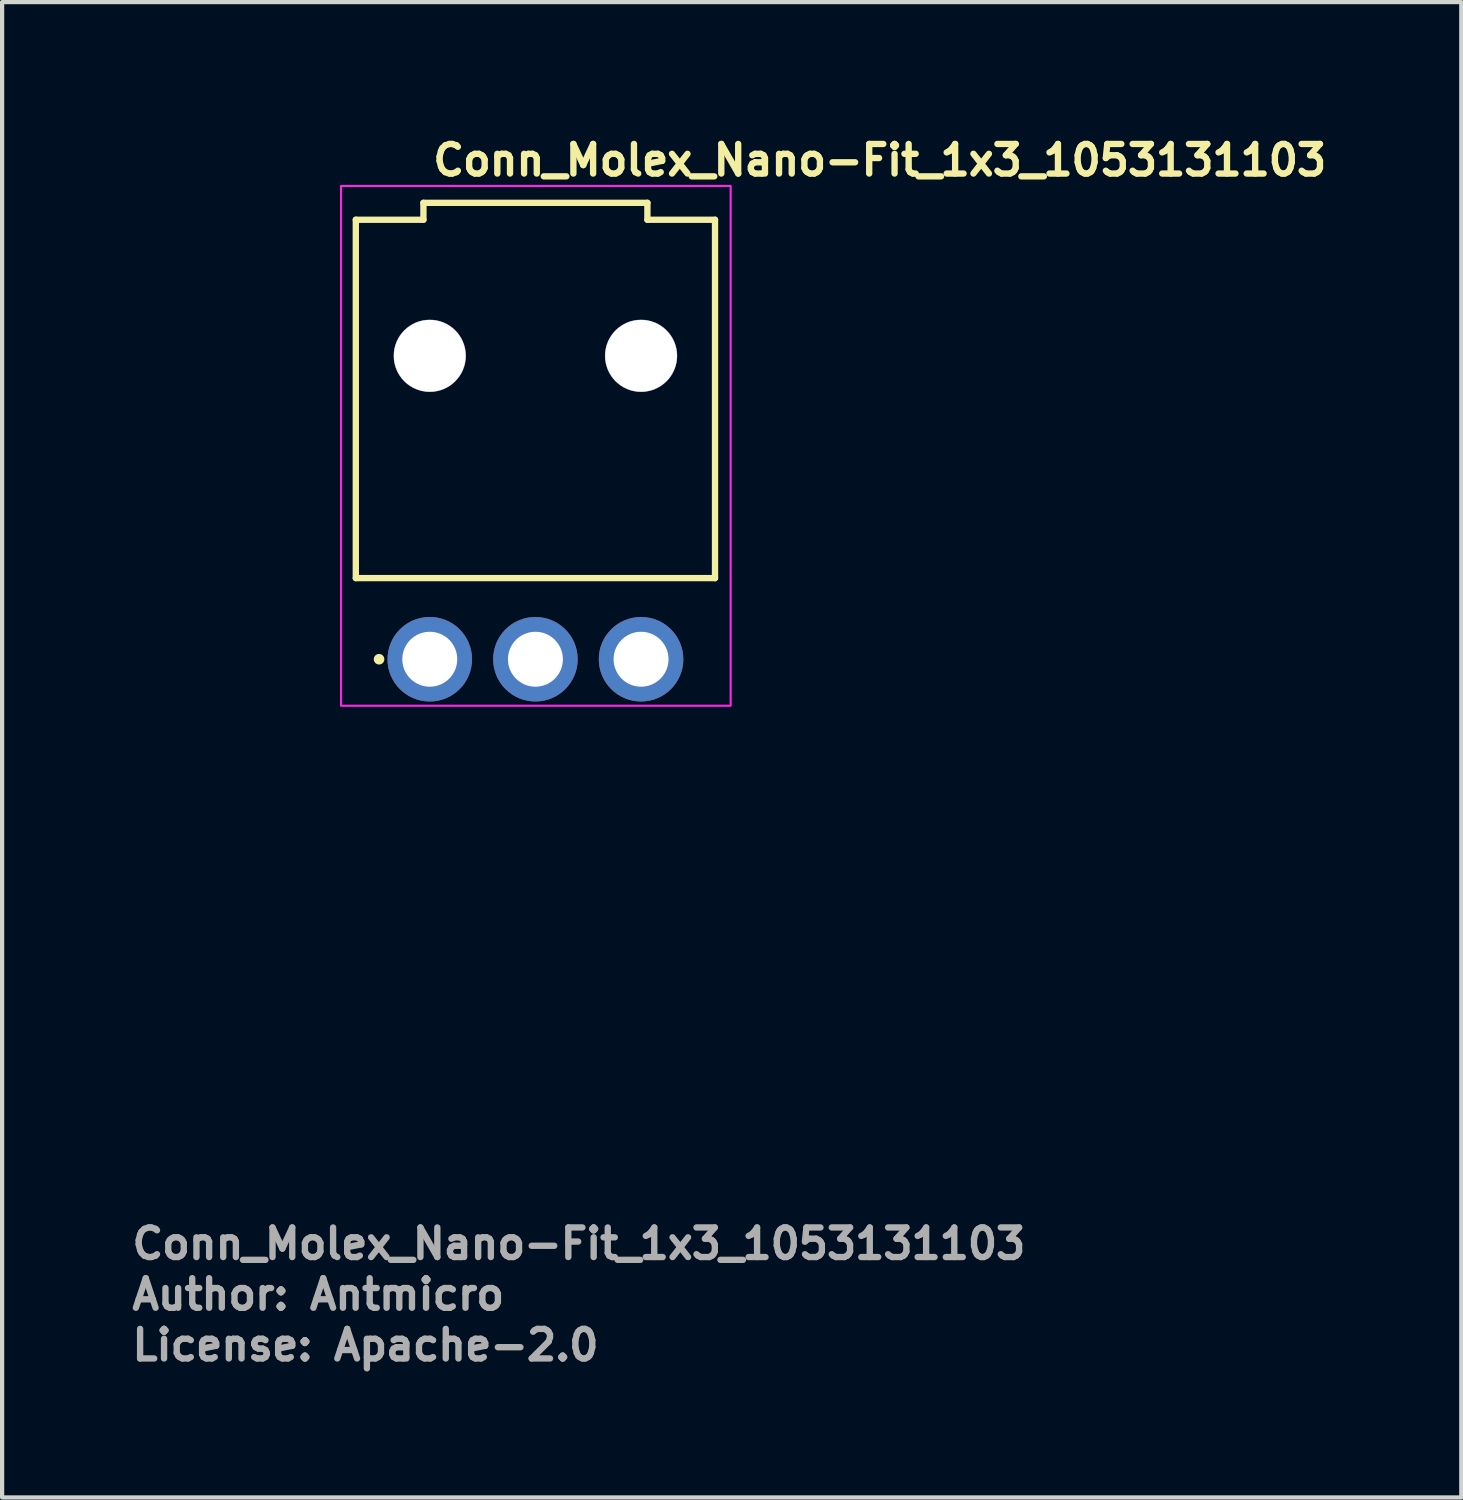
<source format=kicad_pcb>
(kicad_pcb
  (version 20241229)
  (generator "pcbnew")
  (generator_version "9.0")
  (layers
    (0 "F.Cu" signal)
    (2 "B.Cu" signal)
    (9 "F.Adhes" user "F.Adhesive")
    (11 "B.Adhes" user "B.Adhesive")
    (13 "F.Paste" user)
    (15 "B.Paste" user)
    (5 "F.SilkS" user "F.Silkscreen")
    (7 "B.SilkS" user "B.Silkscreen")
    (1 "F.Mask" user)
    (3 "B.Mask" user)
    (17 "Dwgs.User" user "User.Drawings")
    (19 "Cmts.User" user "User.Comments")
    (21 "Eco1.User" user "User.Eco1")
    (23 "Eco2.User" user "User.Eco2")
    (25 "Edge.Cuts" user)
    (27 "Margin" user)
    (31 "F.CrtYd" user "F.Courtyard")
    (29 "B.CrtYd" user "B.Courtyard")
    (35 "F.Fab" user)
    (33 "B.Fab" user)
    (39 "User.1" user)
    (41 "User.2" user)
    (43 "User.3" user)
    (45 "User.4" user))
  (footprint "Conn_Molex_Nano-Fit_1x3_1053131103"
    (layer "F.Cu")
    (at 7.12 12.55)
    (property "Reference" "Conn_Molex_Nano-Fit_1x3_1053131103" (at 0 -11.4 0) (layer "F.SilkS") (effects (font (size 0.7 0.7) (thickness 0.15)) (justify left bottom)))
    (attr through_hole)
    (fp_line (start -1.75 -1.92) (end -1.75 -10.4) (stroke (width 0.15) (type solid)) (layer "F.SilkS"))
    (fp_line (start -0.15 -10.8) (end -0.15 -10.4) (stroke (width 0.15) (type solid)) (layer "F.SilkS"))
    (fp_line (start -0.15 -10.4) (end -1.75 -10.4) (stroke (width 0.15) (type solid)) (layer "F.SilkS"))
    (fp_line (start 5.15 -10.8) (end -0.15 -10.8) (stroke (width 0.15) (type solid)) (layer "F.SilkS"))
    (fp_line (start 5.15 -10.8) (end 5.15 -10.4) (stroke (width 0.15) (type solid)) (layer "F.SilkS"))
    (fp_line (start 6.75 -10.4) (end 5.15 -10.4) (stroke (width 0.15) (type solid)) (layer "F.SilkS"))
    (fp_line (start 6.75 -1.92) (end -1.75 -1.92) (stroke (width 0.15) (type solid)) (layer "F.SilkS"))
    (fp_line (start 6.75 -1.92) (end 6.75 -10.4) (stroke (width 0.15) (type solid)) (layer "F.SilkS"))
    (fp_circle (center -1.2 0) (end -1.25 0) (stroke (width 0.15) (type solid)) (fill yes) (layer "F.SilkS"))
    (fp_rect (start 7.12 1.1) (end -2.1 -11.2) (stroke (width 0.05) (type solid)) (fill no) (layer "F.CrtYd"))
    (fp_rect (start 6.72 0.6) (end -1.719 -11.84) (stroke (width 0.1) (type solid)) (fill no) (layer "User.5"))
    (fp_line (start -1.719 -10.38) (end -1.719 -1.92) (stroke (width 0.02) (type solid)) (layer "User.9"))
    (fp_line (start -1.719 -1.92) (end 6.72 -1.92) (stroke (width 0.02) (type solid)) (layer "User.9"))
    (fp_line (start -0.6 0) (end -0.597 -0.038) (stroke (width 0.02) (type solid)) (layer "User.9"))
    (fp_line (start -0.599 0.03) (end -0.6 0) (stroke (width 0.02) (type solid)) (layer "User.9"))
    (fp_line (start -0.597 -0.038) (end -0.595 -0.076) (stroke (width 0.02) (type solid)) (layer "User.9"))
    (fp_line (start -0.596 0.061) (end -0.599 0.03) (stroke (width 0.02) (type solid)) (layer "User.9"))
    (fp_line (start -0.595 -0.076) (end -0.588 -0.114) (stroke (width 0.02) (type solid)) (layer "User.9"))
    (fp_line (start -0.593 0.091) (end -0.596 0.061) (stroke (width 0.02) (type solid)) (layer "User.9"))
    (fp_line (start -0.588 -0.114) (end -0.58 -0.151) (stroke (width 0.02) (type solid)) (layer "User.9"))
    (fp_line (start -0.587 0.12) (end -0.593 0.091) (stroke (width 0.02) (type solid)) (layer "User.9"))
    (fp_line (start -0.581 0.149) (end -0.587 0.12) (stroke (width 0.02) (type solid)) (layer "User.9"))
    (fp_line (start -0.58 -0.151) (end -0.568 -0.187) (stroke (width 0.02) (type solid)) (layer "User.9"))
    (fp_line (start -0.572 0.178) (end -0.581 0.149) (stroke (width 0.02) (type solid)) (layer "User.9"))
    (fp_line (start -0.568 -0.187) (end -0.556 -0.223) (stroke (width 0.02) (type solid)) (layer "User.9"))
    (fp_line (start -0.563 0.206) (end -0.572 0.178) (stroke (width 0.02) (type solid)) (layer "User.9"))
    (fp_line (start -0.556 -0.223) (end -0.54 -0.257) (stroke (width 0.02) (type solid)) (layer "User.9"))
    (fp_line (start -0.552 0.233) (end -0.563 0.206) (stroke (width 0.02) (type solid)) (layer "User.9"))
    (fp_line (start -0.54 -0.257) (end -0.524 -0.291) (stroke (width 0.02) (type solid)) (layer "User.9"))
    (fp_line (start -0.54 0.26) (end -0.552 0.233) (stroke (width 0.02) (type solid)) (layer "User.9"))
    (fp_line (start -0.527 0.285) (end -0.54 0.26) (stroke (width 0.02) (type solid)) (layer "User.9"))
    (fp_line (start -0.524 -0.291) (end -0.504 -0.323) (stroke (width 0.02) (type solid)) (layer "User.9"))
    (fp_line (start -0.512 0.311) (end -0.527 0.285) (stroke (width 0.02) (type solid)) (layer "User.9"))
    (fp_line (start -0.504 -0.323) (end -0.484 -0.354) (stroke (width 0.02) (type solid)) (layer "User.9"))
    (fp_line (start -0.496 0.335) (end -0.512 0.311) (stroke (width 0.02) (type solid)) (layer "User.9"))
    (fp_line (start -0.484 -0.354) (end -0.459 -0.384) (stroke (width 0.02) (type solid)) (layer "User.9"))
    (fp_line (start -0.48 0.358) (end -0.496 0.335) (stroke (width 0.02) (type solid)) (layer "User.9"))
    (fp_line (start -0.462 0.381) (end -0.48 0.358) (stroke (width 0.02) (type solid)) (layer "User.9"))
    (fp_line (start -0.459 -0.384) (end -0.435 -0.412) (stroke (width 0.02) (type solid)) (layer "User.9"))
    (fp_line (start -0.443 0.403) (end -0.462 0.381) (stroke (width 0.02) (type solid)) (layer "User.9"))
    (fp_line (start -0.435 -0.412) (end -0.407 -0.439) (stroke (width 0.02) (type solid)) (layer "User.9"))
    (fp_line (start -0.423 0.424) (end -0.443 0.403) (stroke (width 0.02) (type solid)) (layer "User.9"))
    (fp_line (start -0.407 -0.439) (end -0.379 -0.464) (stroke (width 0.02) (type solid)) (layer "User.9"))
    (fp_line (start -0.403 0.443) (end -0.423 0.424) (stroke (width 0.02) (type solid)) (layer "User.9"))
    (fp_line (start -0.381 0.462) (end -0.403 0.443) (stroke (width 0.02) (type solid)) (layer "User.9"))
    (fp_line (start -0.379 -0.464) (end -0.349 -0.487) (stroke (width 0.02) (type solid)) (layer "User.9"))
    (fp_line (start -0.358 0.48) (end -0.381 0.462) (stroke (width 0.02) (type solid)) (layer "User.9"))
    (fp_line (start -0.349 -0.487) (end -0.317 -0.509) (stroke (width 0.02) (type solid)) (layer "User.9"))
    (fp_line (start -0.334 0.497) (end -0.358 0.48) (stroke (width 0.02) (type solid)) (layer "User.9"))
    (fp_line (start -0.317 -0.617) (end -0.317 -1.92) (stroke (width 0.02) (type solid)) (layer "User.9"))
    (fp_line (start -0.317 0.043) (end -0.317 -0.617) (stroke (width 0.02) (type solid)) (layer "User.9"))
    (fp_line (start -0.317 0.043) (end -0.317 0.043) (stroke (width 0.02) (type solid)) (layer "User.9"))
    (fp_line (start -0.317 0.113) (end -0.317 0.043) (stroke (width 0.02) (type solid)) (layer "User.9"))
    (fp_line (start -0.317 0.113) (end -0.317 0.113) (stroke (width 0.02) (type solid)) (layer "User.9"))
    (fp_line (start -0.317 0.174) (end -0.317 0.113) (stroke (width 0.02) (type solid)) (layer "User.9"))
    (fp_line (start -0.317 0.174) (end -0.317 0.174) (stroke (width 0.02) (type solid)) (layer "User.9"))
    (fp_line (start -0.317 0.224) (end -0.317 0.174) (stroke (width 0.02) (type solid)) (layer "User.9"))
    (fp_line (start -0.317 0.224) (end -0.317 0.224) (stroke (width 0.02) (type solid)) (layer "User.9"))
    (fp_line (start -0.317 0.265) (end -0.317 0.224) (stroke (width 0.02) (type solid)) (layer "User.9"))
    (fp_line (start -0.317 0.265) (end -0.317 0.265) (stroke (width 0.02) (type solid)) (layer "User.9"))
    (fp_line (start -0.317 0.294) (end -0.317 0.265) (stroke (width 0.02) (type solid)) (layer "User.9"))
    (fp_line (start -0.317 0.294) (end -0.317 0.294) (stroke (width 0.02) (type solid)) (layer "User.9"))
    (fp_line (start -0.317 0.311) (end -0.317 0.294) (stroke (width 0.02) (type solid)) (layer "User.9"))
    (fp_line (start -0.317 0.311) (end -0.317 0.311) (stroke (width 0.02) (type solid)) (layer "User.9"))
    (fp_line (start -0.317 0.317) (end -0.317 0.311) (stroke (width 0.02) (type solid)) (layer "User.9"))
    (fp_line (start -0.31 0.512) (end -0.334 0.497) (stroke (width 0.02) (type solid)) (layer "User.9"))
    (fp_line (start -0.285 0.527) (end -0.31 0.512) (stroke (width 0.02) (type solid)) (layer "User.9"))
    (fp_line (start -0.26 0.54) (end -0.285 0.527) (stroke (width 0.02) (type solid)) (layer "User.9"))
    (fp_line (start -0.233 0.552) (end -0.26 0.54) (stroke (width 0.02) (type solid)) (layer "User.9"))
    (fp_line (start -0.205 0.563) (end -0.233 0.552) (stroke (width 0.02) (type solid)) (layer "User.9"))
    (fp_line (start -0.177 0.572) (end -0.205 0.563) (stroke (width 0.02) (type solid)) (layer "User.9"))
    (fp_line (start -0.149 0.58) (end -0.177 0.572) (stroke (width 0.02) (type solid)) (layer "User.9"))
    (fp_line (start -0.12 0.587) (end -0.149 0.58) (stroke (width 0.02) (type solid)) (layer "User.9"))
    (fp_line (start -0.1 -11.84) (end 0.149 -11.84) (stroke (width 0.02) (type solid)) (layer "User.9"))
    (fp_line (start -0.1 -10.38) (end -1.719 -10.38) (stroke (width 0.02) (type solid)) (layer "User.9"))
    (fp_line (start -0.1 -5.63) (end -0.1 -11.84) (stroke (width 0.02) (type solid)) (layer "User.9"))
    (fp_line (start -0.1 -5.63) (end -0.099 -5.617) (stroke (width 0.02) (type solid)) (layer "User.9"))
    (fp_line (start -0.1 -5.63) (end 0.149 -5.63) (stroke (width 0.02) (type solid)) (layer "User.9"))
    (fp_line (start -0.099 -5.617) (end -0.097 -5.605) (stroke (width 0.02) (type solid)) (layer "User.9"))
    (fp_line (start -0.097 -5.605) (end -0.096 -5.593) (stroke (width 0.02) (type solid)) (layer "User.9"))
    (fp_line (start -0.096 -5.593) (end -0.095 -5.581) (stroke (width 0.02) (type solid)) (layer "User.9"))
    (fp_line (start -0.095 -5.581) (end -0.092 -5.569) (stroke (width 0.02) (type solid)) (layer "User.9"))
    (fp_line (start -0.092 -5.569) (end -0.088 -5.557) (stroke (width 0.02) (type solid)) (layer "User.9"))
    (fp_line (start -0.091 0.592) (end -0.12 0.587) (stroke (width 0.02) (type solid)) (layer "User.9"))
    (fp_line (start -0.088 -5.557) (end -0.084 -5.545) (stroke (width 0.02) (type solid)) (layer "User.9"))
    (fp_line (start -0.084 -5.545) (end -0.08 -5.534) (stroke (width 0.02) (type solid)) (layer "User.9"))
    (fp_line (start -0.08 -5.534) (end -0.076 -5.523) (stroke (width 0.02) (type solid)) (layer "User.9"))
    (fp_line (start -0.076 -5.523) (end -0.069 -5.512) (stroke (width 0.02) (type solid)) (layer "User.9"))
    (fp_line (start -0.069 -5.512) (end -0.064 -5.501) (stroke (width 0.02) (type solid)) (layer "User.9"))
    (fp_line (start -0.064 -5.501) (end -0.056 -5.491) (stroke (width 0.02) (type solid)) (layer "User.9"))
    (fp_line (start -0.06 0.596) (end -0.091 0.592) (stroke (width 0.02) (type solid)) (layer "User.9"))
    (fp_line (start -0.056 -5.491) (end -0.05 -5.481) (stroke (width 0.02) (type solid)) (layer "User.9"))
    (fp_line (start -0.05 -5.481) (end -0.043 -5.471) (stroke (width 0.02) (type solid)) (layer "User.9"))
    (fp_line (start -0.043 -5.471) (end -0.035 -5.462) (stroke (width 0.02) (type solid)) (layer "User.9"))
    (fp_line (start -0.035 -5.462) (end -0.026 -5.453) (stroke (width 0.02) (type solid)) (layer "User.9"))
    (fp_line (start -0.03 0.599) (end -0.06 0.596) (stroke (width 0.02) (type solid)) (layer "User.9"))
    (fp_line (start -0.026 -5.453) (end -0.026 -5.453) (stroke (width 0.02) (type solid)) (layer "User.9"))
    (fp_line (start -0.026 -5.453) (end -0.016 -5.444) (stroke (width 0.02) (type solid)) (layer "User.9"))
    (fp_line (start -0.016 -5.444) (end -0.008 -5.436) (stroke (width 0.02) (type solid)) (layer "User.9"))
    (fp_line (start -0.008 -5.436) (end 0.001 -5.429) (stroke (width 0.02) (type solid)) (layer "User.9"))
    (fp_line (start 0 0.599) (end -0.03 0.599) (stroke (width 0.02) (type solid)) (layer "User.9"))
    (fp_line (start 0 0.599) (end 0 0.599) (stroke (width 0.02) (type solid)) (layer "User.9"))
    (fp_line (start 0.001 -5.429) (end 0.012 -5.422) (stroke (width 0.02) (type solid)) (layer "User.9"))
    (fp_line (start 0.012 -5.422) (end 0.021 -5.415) (stroke (width 0.02) (type solid)) (layer "User.9"))
    (fp_line (start 0.021 -5.415) (end 0.032 -5.409) (stroke (width 0.02) (type solid)) (layer "User.9"))
    (fp_line (start 0.031 0.599) (end 0 0.599) (stroke (width 0.02) (type solid)) (layer "User.9"))
    (fp_line (start 0.032 -5.409) (end 0.044 -5.403) (stroke (width 0.02) (type solid)) (layer "User.9"))
    (fp_line (start 0.044 -5.403) (end 0.055 -5.399) (stroke (width 0.02) (type solid)) (layer "User.9"))
    (fp_line (start 0.055 -5.399) (end 0.065 -5.394) (stroke (width 0.02) (type solid)) (layer "User.9"))
    (fp_line (start 0.061 0.596) (end 0.031 0.599) (stroke (width 0.02) (type solid)) (layer "User.9"))
    (fp_line (start 0.065 -5.394) (end 0.077 -5.39) (stroke (width 0.02) (type solid)) (layer "User.9"))
    (fp_line (start 0.077 -5.39) (end 0.089 -5.387) (stroke (width 0.02) (type solid)) (layer "User.9"))
    (fp_line (start 0.089 -5.387) (end 0.1 -5.384) (stroke (width 0.02) (type solid)) (layer "User.9"))
    (fp_line (start 0.092 0.592) (end 0.061 0.596) (stroke (width 0.02) (type solid)) (layer "User.9"))
    (fp_line (start 0.1 -5.384) (end 0.113 -5.382) (stroke (width 0.02) (type solid)) (layer "User.9"))
    (fp_line (start 0.113 -5.382) (end 0.125 -5.381) (stroke (width 0.02) (type solid)) (layer "User.9"))
    (fp_line (start 0.121 0.587) (end 0.092 0.592) (stroke (width 0.02) (type solid)) (layer "User.9"))
    (fp_line (start 0.125 -5.381) (end 0.137 -5.38) (stroke (width 0.02) (type solid)) (layer "User.9"))
    (fp_line (start 0.137 -5.38) (end 0.149 -5.38) (stroke (width 0.02) (type solid)) (layer "User.9"))
    (fp_line (start 0.149 0.58) (end 0.121 0.587) (stroke (width 0.02) (type solid)) (layer "User.9"))
    (fp_line (start 0.178 0.572) (end 0.149 0.58) (stroke (width 0.02) (type solid)) (layer "User.9"))
    (fp_line (start 0.206 0.563) (end 0.178 0.572) (stroke (width 0.02) (type solid)) (layer "User.9"))
    (fp_line (start 0.233 0.552) (end 0.206 0.563) (stroke (width 0.02) (type solid)) (layer "User.9"))
    (fp_line (start 0.261 0.54) (end 0.233 0.552) (stroke (width 0.02) (type solid)) (layer "User.9"))
    (fp_line (start 0.286 0.527) (end 0.261 0.54) (stroke (width 0.02) (type solid)) (layer "User.9"))
    (fp_line (start 0.311 0.512) (end 0.286 0.527) (stroke (width 0.02) (type solid)) (layer "User.9"))
    (fp_line (start 0.318 -0.617) (end 0.318 -1.92) (stroke (width 0.02) (type solid)) (layer "User.9"))
    (fp_line (start 0.318 -0.509) (end 0.334 -0.498) (stroke (width 0.02) (type solid)) (layer "User.9"))
    (fp_line (start 0.318 0.043) (end 0.318 -0.617) (stroke (width 0.02) (type solid)) (layer "User.9"))
    (fp_line (start 0.318 0.043) (end 0.318 0.043) (stroke (width 0.02) (type solid)) (layer "User.9"))
    (fp_line (start 0.318 0.113) (end 0.318 0.043) (stroke (width 0.02) (type solid)) (layer "User.9"))
    (fp_line (start 0.318 0.113) (end 0.318 0.113) (stroke (width 0.02) (type solid)) (layer "User.9"))
    (fp_line (start 0.318 0.174) (end 0.318 0.113) (stroke (width 0.02) (type solid)) (layer "User.9"))
    (fp_line (start 0.318 0.174) (end 0.318 0.174) (stroke (width 0.02) (type solid)) (layer "User.9"))
    (fp_line (start 0.318 0.224) (end 0.318 0.174) (stroke (width 0.02) (type solid)) (layer "User.9"))
    (fp_line (start 0.318 0.224) (end 0.318 0.224) (stroke (width 0.02) (type solid)) (layer "User.9"))
    (fp_line (start 0.318 0.265) (end 0.318 0.224) (stroke (width 0.02) (type solid)) (layer "User.9"))
    (fp_line (start 0.318 0.265) (end 0.318 0.265) (stroke (width 0.02) (type solid)) (layer "User.9"))
    (fp_line (start 0.318 0.294) (end 0.318 0.265) (stroke (width 0.02) (type solid)) (layer "User.9"))
    (fp_line (start 0.318 0.294) (end 0.318 0.294) (stroke (width 0.02) (type solid)) (layer "User.9"))
    (fp_line (start 0.318 0.311) (end 0.318 0.294) (stroke (width 0.02) (type solid)) (layer "User.9"))
    (fp_line (start 0.318 0.311) (end 0.318 0.311) (stroke (width 0.02) (type solid)) (layer "User.9"))
    (fp_line (start 0.318 0.317) (end -0.317 0.317) (stroke (width 0.02) (type solid)) (layer "User.9"))
    (fp_line (start 0.318 0.317) (end 0.318 0.311) (stroke (width 0.02) (type solid)) (layer "User.9"))
    (fp_line (start 0.334 -0.498) (end 0.35 -0.487) (stroke (width 0.02) (type solid)) (layer "User.9"))
    (fp_line (start 0.335 0.497) (end 0.311 0.512) (stroke (width 0.02) (type solid)) (layer "User.9"))
    (fp_line (start 0.35 -0.487) (end 0.366 -0.476) (stroke (width 0.02) (type solid)) (layer "User.9"))
    (fp_line (start 0.359 0.48) (end 0.335 0.497) (stroke (width 0.02) (type solid)) (layer "User.9"))
    (fp_line (start 0.366 -0.476) (end 0.38 -0.464) (stroke (width 0.02) (type solid)) (layer "User.9"))
    (fp_line (start 0.38 -0.464) (end 0.395 -0.451) (stroke (width 0.02) (type solid)) (layer "User.9"))
    (fp_line (start 0.382 0.462) (end 0.359 0.48) (stroke (width 0.02) (type solid)) (layer "User.9"))
    (fp_line (start 0.395 -0.451) (end 0.408 -0.439) (stroke (width 0.02) (type solid)) (layer "User.9"))
    (fp_line (start 0.403 0.443) (end 0.382 0.462) (stroke (width 0.02) (type solid)) (layer "User.9"))
    (fp_line (start 0.408 -0.439) (end 0.435 -0.412) (stroke (width 0.02) (type solid)) (layer "User.9"))
    (fp_line (start 0.424 0.424) (end 0.403 0.443) (stroke (width 0.02) (type solid)) (layer "User.9"))
    (fp_line (start 0.435 -0.412) (end 0.46 -0.384) (stroke (width 0.02) (type solid)) (layer "User.9"))
    (fp_line (start 0.444 0.403) (end 0.424 0.424) (stroke (width 0.02) (type solid)) (layer "User.9"))
    (fp_line (start 0.46 -0.384) (end 0.484 -0.354) (stroke (width 0.02) (type solid)) (layer "User.9"))
    (fp_line (start 0.463 0.381) (end 0.444 0.403) (stroke (width 0.02) (type solid)) (layer "User.9"))
    (fp_line (start 0.48 0.358) (end 0.463 0.381) (stroke (width 0.02) (type solid)) (layer "User.9"))
    (fp_line (start 0.484 -0.354) (end 0.506 -0.323) (stroke (width 0.02) (type solid)) (layer "User.9"))
    (fp_line (start 0.497 0.335) (end 0.48 0.358) (stroke (width 0.02) (type solid)) (layer "User.9"))
    (fp_line (start 0.506 -0.323) (end 0.524 -0.291) (stroke (width 0.02) (type solid)) (layer "User.9"))
    (fp_line (start 0.514 0.311) (end 0.497 0.335) (stroke (width 0.02) (type solid)) (layer "User.9"))
    (fp_line (start 0.524 -0.291) (end 0.542 -0.257) (stroke (width 0.02) (type solid)) (layer "User.9"))
    (fp_line (start 0.528 0.285) (end 0.514 0.311) (stroke (width 0.02) (type solid)) (layer "User.9"))
    (fp_line (start 0.54 0.26) (end 0.528 0.285) (stroke (width 0.02) (type solid)) (layer "User.9"))
    (fp_line (start 0.542 -0.257) (end 0.556 -0.223) (stroke (width 0.02) (type solid)) (layer "User.9"))
    (fp_line (start 0.552 0.233) (end 0.54 0.26) (stroke (width 0.02) (type solid)) (layer "User.9"))
    (fp_line (start 0.556 -0.223) (end 0.57 -0.187) (stroke (width 0.02) (type solid)) (layer "User.9"))
    (fp_line (start 0.564 0.206) (end 0.552 0.233) (stroke (width 0.02) (type solid)) (layer "User.9"))
    (fp_line (start 0.57 -0.187) (end 0.581 -0.151) (stroke (width 0.02) (type solid)) (layer "User.9"))
    (fp_line (start 0.572 0.178) (end 0.564 0.206) (stroke (width 0.02) (type solid)) (layer "User.9"))
    (fp_line (start 0.581 -0.151) (end 0.589 -0.114) (stroke (width 0.02) (type solid)) (layer "User.9"))
    (fp_line (start 0.581 0.149) (end 0.572 0.178) (stroke (width 0.02) (type solid)) (layer "User.9"))
    (fp_line (start 0.587 0.12) (end 0.581 0.149) (stroke (width 0.02) (type solid)) (layer "User.9"))
    (fp_line (start 0.589 -0.114) (end 0.593 -0.095) (stroke (width 0.02) (type solid)) (layer "User.9"))
    (fp_line (start 0.593 -0.095) (end 0.595 -0.076) (stroke (width 0.02) (type solid)) (layer "User.9"))
    (fp_line (start 0.593 0.091) (end 0.587 0.12) (stroke (width 0.02) (type solid)) (layer "User.9"))
    (fp_line (start 0.595 -0.076) (end 0.597 -0.057) (stroke (width 0.02) (type solid)) (layer "User.9"))
    (fp_line (start 0.597 -0.057) (end 0.599 -0.038) (stroke (width 0.02) (type solid)) (layer "User.9"))
    (fp_line (start 0.597 0.061) (end 0.593 0.091) (stroke (width 0.02) (type solid)) (layer "User.9"))
    (fp_line (start 0.599 -0.038) (end 0.599 -0.019) (stroke (width 0.02) (type solid)) (layer "User.9"))
    (fp_line (start 0.599 -0.019) (end 0.601 0) (stroke (width 0.02) (type solid)) (layer "User.9"))
    (fp_line (start 0.599 0.03) (end 0.597 0.061) (stroke (width 0.02) (type solid)) (layer "User.9"))
    (fp_line (start 0.601 0) (end 0.599 0.03) (stroke (width 0.02) (type solid)) (layer "User.9"))
    (fp_line (start 1.349 -5.84) (end 3.65 -5.84) (stroke (width 0.02) (type solid)) (layer "User.9"))
    (fp_line (start 1.349 -5.63) (end 1.349 -10.24) (stroke (width 0.02) (type solid)) (layer "User.9"))
    (fp_line (start 1.349 -5.38) (end 0.149 -5.38) (stroke (width 0.02) (type solid)) (layer "User.9"))
    (fp_line (start 1.349 -5.38) (end 1.349 -5.63) (stroke (width 0.02) (type solid)) (layer "User.9"))
    (fp_line (start 1.349 -5.38) (end 3.65 -5.38) (stroke (width 0.02) (type solid)) (layer "User.9"))
    (fp_line (start 1.351 -10.269) (end 1.351 -10.254) (stroke (width 0.02) (type solid)) (layer "User.9"))
    (fp_line (start 1.351 -10.254) (end 1.349 -10.24) (stroke (width 0.02) (type solid)) (layer "User.9"))
    (fp_line (start 1.353 -10.284) (end 1.351 -10.269) (stroke (width 0.02) (type solid)) (layer "User.9"))
    (fp_line (start 1.355 -10.298) (end 1.353 -10.284) (stroke (width 0.02) (type solid)) (layer "User.9"))
    (fp_line (start 1.359 -10.313) (end 1.355 -10.298) (stroke (width 0.02) (type solid)) (layer "User.9"))
    (fp_line (start 1.363 -10.327) (end 1.359 -10.313) (stroke (width 0.02) (type solid)) (layer "User.9"))
    (fp_line (start 1.367 -10.341) (end 1.363 -10.327) (stroke (width 0.02) (type solid)) (layer "User.9"))
    (fp_line (start 1.373 -10.354) (end 1.367 -10.341) (stroke (width 0.02) (type solid)) (layer "User.9"))
    (fp_line (start 1.379 -10.368) (end 1.373 -10.354) (stroke (width 0.02) (type solid)) (layer "User.9"))
    (fp_line (start 1.385 -10.381) (end 1.379 -10.368) (stroke (width 0.02) (type solid)) (layer "User.9"))
    (fp_line (start 1.393 -10.394) (end 1.385 -10.381) (stroke (width 0.02) (type solid)) (layer "User.9"))
    (fp_line (start 1.401 -10.406) (end 1.393 -10.394) (stroke (width 0.02) (type solid)) (layer "User.9"))
    (fp_line (start 1.409 -10.418) (end 1.401 -10.406) (stroke (width 0.02) (type solid)) (layer "User.9"))
    (fp_line (start 1.418 -10.43) (end 1.409 -10.418) (stroke (width 0.02) (type solid)) (layer "User.9"))
    (fp_line (start 1.428 -10.441) (end 1.418 -10.43) (stroke (width 0.02) (type solid)) (layer "User.9"))
    (fp_line (start 1.438 -10.452) (end 1.428 -10.441) (stroke (width 0.02) (type solid)) (layer "User.9"))
    (fp_line (start 1.438 -10.452) (end 1.438 -10.452) (stroke (width 0.02) (type solid)) (layer "User.9"))
    (fp_line (start 1.449 -10.462) (end 1.438 -10.452) (stroke (width 0.02) (type solid)) (layer "User.9"))
    (fp_line (start 1.46 -10.472) (end 1.449 -10.462) (stroke (width 0.02) (type solid)) (layer "User.9"))
    (fp_line (start 1.472 -10.481) (end 1.46 -10.472) (stroke (width 0.02) (type solid)) (layer "User.9"))
    (fp_line (start 1.484 -10.489) (end 1.472 -10.481) (stroke (width 0.02) (type solid)) (layer "User.9"))
    (fp_line (start 1.496 -10.497) (end 1.484 -10.489) (stroke (width 0.02) (type solid)) (layer "User.9"))
    (fp_line (start 1.508 -10.504) (end 1.496 -10.497) (stroke (width 0.02) (type solid)) (layer "User.9"))
    (fp_line (start 1.522 -10.511) (end 1.508 -10.504) (stroke (width 0.02) (type solid)) (layer "User.9"))
    (fp_line (start 1.536 -10.517) (end 1.522 -10.511) (stroke (width 0.02) (type solid)) (layer "User.9"))
    (fp_line (start 1.549 -10.522) (end 1.536 -10.517) (stroke (width 0.02) (type solid)) (layer "User.9"))
    (fp_line (start 1.563 -10.527) (end 1.549 -10.522) (stroke (width 0.02) (type solid)) (layer "User.9"))
    (fp_line (start 1.577 -10.53) (end 1.563 -10.527) (stroke (width 0.02) (type solid)) (layer "User.9"))
    (fp_line (start 1.592 -10.534) (end 1.577 -10.53) (stroke (width 0.02) (type solid)) (layer "User.9"))
    (fp_line (start 1.605 -10.536) (end 1.592 -10.534) (stroke (width 0.02) (type solid)) (layer "User.9"))
    (fp_line (start 1.621 -10.538) (end 1.605 -10.536) (stroke (width 0.02) (type solid)) (layer "User.9"))
    (fp_line (start 1.636 -10.539) (end 1.621 -10.538) (stroke (width 0.02) (type solid)) (layer "User.9"))
    (fp_line (start 1.649 -10.539) (end 1.636 -10.539) (stroke (width 0.02) (type solid)) (layer "User.9"))
    (fp_line (start 1.899 0) (end 1.902 -0.038) (stroke (width 0.02) (type solid)) (layer "User.9"))
    (fp_line (start 1.901 0.02) (end 1.899 0) (stroke (width 0.02) (type solid)) (layer "User.9"))
    (fp_line (start 1.902 -0.038) (end 1.905 -0.076) (stroke (width 0.02) (type solid)) (layer "User.9"))
    (fp_line (start 1.902 0.039) (end 1.901 0.02) (stroke (width 0.02) (type solid)) (layer "User.9"))
    (fp_line (start 1.903 0.059) (end 1.902 0.039) (stroke (width 0.02) (type solid)) (layer "User.9"))
    (fp_line (start 1.905 -0.076) (end 1.911 -0.114) (stroke (width 0.02) (type solid)) (layer "User.9"))
    (fp_line (start 1.906 0.079) (end 1.903 0.059) (stroke (width 0.02) (type solid)) (layer "User.9"))
    (fp_line (start 1.909 0.099) (end 1.906 0.079) (stroke (width 0.02) (type solid)) (layer "User.9"))
    (fp_line (start 1.911 -0.114) (end 1.92 -0.151) (stroke (width 0.02) (type solid)) (layer "User.9"))
    (fp_line (start 1.911 0.118) (end 1.909 0.099) (stroke (width 0.02) (type solid)) (layer "User.9"))
    (fp_line (start 1.915 0.137) (end 1.911 0.118) (stroke (width 0.02) (type solid)) (layer "User.9"))
    (fp_line (start 1.92 -0.151) (end 1.931 -0.187) (stroke (width 0.02) (type solid)) (layer "User.9"))
    (fp_line (start 1.921 0.156) (end 1.915 0.137) (stroke (width 0.02) (type solid)) (layer "User.9"))
    (fp_line (start 1.927 0.175) (end 1.921 0.156) (stroke (width 0.02) (type solid)) (layer "User.9"))
    (fp_line (start 1.931 -0.187) (end 1.944 -0.223) (stroke (width 0.02) (type solid)) (layer "User.9"))
    (fp_line (start 1.932 0.193) (end 1.927 0.175) (stroke (width 0.02) (type solid)) (layer "User.9"))
    (fp_line (start 1.939 0.212) (end 1.932 0.193) (stroke (width 0.02) (type solid)) (layer "User.9"))
    (fp_line (start 1.944 -0.223) (end 1.959 -0.257) (stroke (width 0.02) (type solid)) (layer "User.9"))
    (fp_line (start 1.946 0.23) (end 1.939 0.212) (stroke (width 0.02) (type solid)) (layer "User.9"))
    (fp_line (start 1.954 0.248) (end 1.946 0.23) (stroke (width 0.02) (type solid)) (layer "User.9"))
    (fp_line (start 1.959 -0.257) (end 1.976 -0.291) (stroke (width 0.02) (type solid)) (layer "User.9"))
    (fp_line (start 1.963 0.265) (end 1.954 0.248) (stroke (width 0.02) (type solid)) (layer "User.9"))
    (fp_line (start 1.971 0.283) (end 1.963 0.265) (stroke (width 0.02) (type solid)) (layer "User.9"))
    (fp_line (start 1.976 -0.291) (end 1.995 -0.323) (stroke (width 0.02) (type solid)) (layer "User.9"))
    (fp_line (start 1.98 0.3) (end 1.971 0.283) (stroke (width 0.02) (type solid)) (layer "User.9"))
    (fp_line (start 1.991 0.316) (end 1.98 0.3) (stroke (width 0.02) (type solid)) (layer "User.9"))
    (fp_line (start 1.995 -0.323) (end 2.016 -0.354) (stroke (width 0.02) (type solid)) (layer "User.9"))
    (fp_line (start 2 0.332) (end 1.991 0.316) (stroke (width 0.02) (type solid)) (layer "User.9"))
    (fp_line (start 2.012 0.348) (end 2 0.332) (stroke (width 0.02) (type solid)) (layer "User.9"))
    (fp_line (start 2.016 -0.354) (end 2.04 -0.384) (stroke (width 0.02) (type solid)) (layer "User.9"))
    (fp_line (start 2.024 0.364) (end 2.012 0.348) (stroke (width 0.02) (type solid)) (layer "User.9"))
    (fp_line (start 2.036 0.379) (end 2.024 0.364) (stroke (width 0.02) (type solid)) (layer "User.9"))
    (fp_line (start 2.04 -0.384) (end 2.065 -0.412) (stroke (width 0.02) (type solid)) (layer "User.9"))
    (fp_line (start 2.049 0.394) (end 2.036 0.379) (stroke (width 0.02) (type solid)) (layer "User.9"))
    (fp_line (start 2.062 0.409) (end 2.049 0.394) (stroke (width 0.02) (type solid)) (layer "User.9"))
    (fp_line (start 2.065 -0.412) (end 2.092 -0.439) (stroke (width 0.02) (type solid)) (layer "User.9"))
    (fp_line (start 2.075 0.423) (end 2.062 0.409) (stroke (width 0.02) (type solid)) (layer "User.9"))
    (fp_line (start 2.089 0.437) (end 2.075 0.423) (stroke (width 0.02) (type solid)) (layer "User.9"))
    (fp_line (start 2.092 -0.439) (end 2.12 -0.464) (stroke (width 0.02) (type solid)) (layer "User.9"))
    (fp_line (start 2.104 0.45) (end 2.089 0.437) (stroke (width 0.02) (type solid)) (layer "User.9"))
    (fp_line (start 2.118 0.463) (end 2.104 0.45) (stroke (width 0.02) (type solid)) (layer "User.9"))
    (fp_line (start 2.12 -0.464) (end 2.15 -0.487) (stroke (width 0.02) (type solid)) (layer "User.9"))
    (fp_line (start 2.134 0.475) (end 2.118 0.463) (stroke (width 0.02) (type solid)) (layer "User.9"))
    (fp_line (start 2.15 -0.487) (end 2.183 -0.509) (stroke (width 0.02) (type solid)) (layer "User.9"))
    (fp_line (start 2.15 0.487) (end 2.134 0.475) (stroke (width 0.02) (type solid)) (layer "User.9"))
    (fp_line (start 2.166 0.498) (end 2.15 0.487) (stroke (width 0.02) (type solid)) (layer "User.9"))
    (fp_line (start 2.183 -0.617) (end 2.183 -1.92) (stroke (width 0.02) (type solid)) (layer "User.9"))
    (fp_line (start 2.183 0.043) (end 2.183 -0.617) (stroke (width 0.02) (type solid)) (layer "User.9"))
    (fp_line (start 2.183 0.043) (end 2.183 0.043) (stroke (width 0.02) (type solid)) (layer "User.9"))
    (fp_line (start 2.183 0.113) (end 2.183 0.043) (stroke (width 0.02) (type solid)) (layer "User.9"))
    (fp_line (start 2.183 0.113) (end 2.183 0.113) (stroke (width 0.02) (type solid)) (layer "User.9"))
    (fp_line (start 2.183 0.174) (end 2.183 0.113) (stroke (width 0.02) (type solid)) (layer "User.9"))
    (fp_line (start 2.183 0.174) (end 2.183 0.174) (stroke (width 0.02) (type solid)) (layer "User.9"))
    (fp_line (start 2.183 0.224) (end 2.183 0.174) (stroke (width 0.02) (type solid)) (layer "User.9"))
    (fp_line (start 2.183 0.224) (end 2.183 0.224) (stroke (width 0.02) (type solid)) (layer "User.9"))
    (fp_line (start 2.183 0.265) (end 2.183 0.224) (stroke (width 0.02) (type solid)) (layer "User.9"))
    (fp_line (start 2.183 0.265) (end 2.183 0.265) (stroke (width 0.02) (type solid)) (layer "User.9"))
    (fp_line (start 2.183 0.294) (end 2.183 0.265) (stroke (width 0.02) (type solid)) (layer "User.9"))
    (fp_line (start 2.183 0.294) (end 2.183 0.294) (stroke (width 0.02) (type solid)) (layer "User.9"))
    (fp_line (start 2.183 0.311) (end 2.183 0.294) (stroke (width 0.02) (type solid)) (layer "User.9"))
    (fp_line (start 2.183 0.311) (end 2.183 0.311) (stroke (width 0.02) (type solid)) (layer "User.9"))
    (fp_line (start 2.183 0.317) (end 2.183 0.311) (stroke (width 0.02) (type solid)) (layer "User.9"))
    (fp_line (start 2.183 0.509) (end 2.166 0.498) (stroke (width 0.02) (type solid)) (layer "User.9"))
    (fp_line (start 2.2 0.519) (end 2.183 0.509) (stroke (width 0.02) (type solid)) (layer "User.9"))
    (fp_line (start 2.2 0.519) (end 2.2 0.519) (stroke (width 0.02) (type solid)) (layer "User.9"))
    (fp_line (start 2.235 0.538) (end 2.2 0.519) (stroke (width 0.02) (type solid)) (layer "User.9"))
    (fp_line (start 2.271 0.554) (end 2.235 0.538) (stroke (width 0.02) (type solid)) (layer "User.9"))
    (fp_line (start 2.309 0.568) (end 2.271 0.554) (stroke (width 0.02) (type solid)) (layer "User.9"))
    (fp_line (start 2.346 0.579) (end 2.309 0.568) (stroke (width 0.02) (type solid)) (layer "User.9"))
    (fp_line (start 2.384 0.588) (end 2.346 0.579) (stroke (width 0.02) (type solid)) (layer "User.9"))
    (fp_line (start 2.423 0.594) (end 2.384 0.588) (stroke (width 0.02) (type solid)) (layer "User.9"))
    (fp_line (start 2.462 0.598) (end 2.423 0.594) (stroke (width 0.02) (type solid)) (layer "User.9"))
    (fp_line (start 2.5 0.6) (end 2.462 0.598) (stroke (width 0.02) (type solid)) (layer "User.9"))
    (fp_line (start 2.537 0.598) (end 2.5 0.6) (stroke (width 0.02) (type solid)) (layer "User.9"))
    (fp_line (start 2.577 0.594) (end 2.537 0.598) (stroke (width 0.02) (type solid)) (layer "User.9"))
    (fp_line (start 2.615 0.588) (end 2.577 0.594) (stroke (width 0.02) (type solid)) (layer "User.9"))
    (fp_line (start 2.654 0.579) (end 2.615 0.588) (stroke (width 0.02) (type solid)) (layer "User.9"))
    (fp_line (start 2.691 0.568) (end 2.654 0.579) (stroke (width 0.02) (type solid)) (layer "User.9"))
    (fp_line (start 2.728 0.554) (end 2.691 0.568) (stroke (width 0.02) (type solid)) (layer "User.9"))
    (fp_line (start 2.764 0.538) (end 2.728 0.554) (stroke (width 0.02) (type solid)) (layer "User.9"))
    (fp_line (start 2.799 0.519) (end 2.764 0.538) (stroke (width 0.02) (type solid)) (layer "User.9"))
    (fp_line (start 2.799 0.519) (end 2.799 0.519) (stroke (width 0.02) (type solid)) (layer "User.9"))
    (fp_line (start 2.817 -0.617) (end 2.817 -1.92) (stroke (width 0.02) (type solid)) (layer "User.9"))
    (fp_line (start 2.817 -0.509) (end 2.833 -0.498) (stroke (width 0.02) (type solid)) (layer "User.9"))
    (fp_line (start 2.817 0.043) (end 2.817 -0.617) (stroke (width 0.02) (type solid)) (layer "User.9"))
    (fp_line (start 2.817 0.043) (end 2.817 0.043) (stroke (width 0.02) (type solid)) (layer "User.9"))
    (fp_line (start 2.817 0.113) (end 2.817 0.043) (stroke (width 0.02) (type solid)) (layer "User.9"))
    (fp_line (start 2.817 0.113) (end 2.817 0.113) (stroke (width 0.02) (type solid)) (layer "User.9"))
    (fp_line (start 2.817 0.174) (end 2.817 0.113) (stroke (width 0.02) (type solid)) (layer "User.9"))
    (fp_line (start 2.817 0.174) (end 2.817 0.174) (stroke (width 0.02) (type solid)) (layer "User.9"))
    (fp_line (start 2.817 0.224) (end 2.817 0.174) (stroke (width 0.02) (type solid)) (layer "User.9"))
    (fp_line (start 2.817 0.224) (end 2.817 0.224) (stroke (width 0.02) (type solid)) (layer "User.9"))
    (fp_line (start 2.817 0.265) (end 2.817 0.224) (stroke (width 0.02) (type solid)) (layer "User.9"))
    (fp_line (start 2.817 0.265) (end 2.817 0.265) (stroke (width 0.02) (type solid)) (layer "User.9"))
    (fp_line (start 2.817 0.294) (end 2.817 0.265) (stroke (width 0.02) (type solid)) (layer "User.9"))
    (fp_line (start 2.817 0.294) (end 2.817 0.294) (stroke (width 0.02) (type solid)) (layer "User.9"))
    (fp_line (start 2.817 0.311) (end 2.817 0.294) (stroke (width 0.02) (type solid)) (layer "User.9"))
    (fp_line (start 2.817 0.311) (end 2.817 0.311) (stroke (width 0.02) (type solid)) (layer "User.9"))
    (fp_line (start 2.817 0.317) (end 2.183 0.317) (stroke (width 0.02) (type solid)) (layer "User.9"))
    (fp_line (start 2.817 0.317) (end 2.817 0.311) (stroke (width 0.02) (type solid)) (layer "User.9"))
    (fp_line (start 2.833 -0.498) (end 2.849 -0.487) (stroke (width 0.02) (type solid)) (layer "User.9"))
    (fp_line (start 2.833 0.498) (end 2.799 0.519) (stroke (width 0.02) (type solid)) (layer "User.9"))
    (fp_line (start 2.849 -0.487) (end 2.865 -0.476) (stroke (width 0.02) (type solid)) (layer "User.9"))
    (fp_line (start 2.865 -0.476) (end 2.88 -0.464) (stroke (width 0.02) (type solid)) (layer "User.9"))
    (fp_line (start 2.866 0.475) (end 2.833 0.498) (stroke (width 0.02) (type solid)) (layer "User.9"))
    (fp_line (start 2.88 -0.464) (end 2.894 -0.451) (stroke (width 0.02) (type solid)) (layer "User.9"))
    (fp_line (start 2.894 -0.451) (end 2.908 -0.439) (stroke (width 0.02) (type solid)) (layer "User.9"))
    (fp_line (start 2.896 0.45) (end 2.866 0.475) (stroke (width 0.02) (type solid)) (layer "User.9"))
    (fp_line (start 2.908 -0.439) (end 2.935 -0.412) (stroke (width 0.02) (type solid)) (layer "User.9"))
    (fp_line (start 2.924 0.423) (end 2.896 0.45) (stroke (width 0.02) (type solid)) (layer "User.9"))
    (fp_line (start 2.935 -0.412) (end 2.96 -0.384) (stroke (width 0.02) (type solid)) (layer "User.9"))
    (fp_line (start 2.951 0.394) (end 2.924 0.423) (stroke (width 0.02) (type solid)) (layer "User.9"))
    (fp_line (start 2.96 -0.384) (end 2.984 -0.354) (stroke (width 0.02) (type solid)) (layer "User.9"))
    (fp_line (start 2.976 0.364) (end 2.951 0.394) (stroke (width 0.02) (type solid)) (layer "User.9"))
    (fp_line (start 2.984 -0.354) (end 3.005 -0.323) (stroke (width 0.02) (type solid)) (layer "User.9"))
    (fp_line (start 2.999 0.332) (end 2.976 0.364) (stroke (width 0.02) (type solid)) (layer "User.9"))
    (fp_line (start 3.005 -0.323) (end 3.024 -0.291) (stroke (width 0.02) (type solid)) (layer "User.9"))
    (fp_line (start 3.019 0.3) (end 2.999 0.332) (stroke (width 0.02) (type solid)) (layer "User.9"))
    (fp_line (start 3.024 -0.291) (end 3.041 -0.257) (stroke (width 0.02) (type solid)) (layer "User.9"))
    (fp_line (start 3.037 0.265) (end 3.019 0.3) (stroke (width 0.02) (type solid)) (layer "User.9"))
    (fp_line (start 3.041 -0.257) (end 3.056 -0.223) (stroke (width 0.02) (type solid)) (layer "User.9"))
    (fp_line (start 3.054 0.23) (end 3.037 0.265) (stroke (width 0.02) (type solid)) (layer "User.9"))
    (fp_line (start 3.056 -0.223) (end 3.069 -0.187) (stroke (width 0.02) (type solid)) (layer "User.9"))
    (fp_line (start 3.067 0.193) (end 3.054 0.23) (stroke (width 0.02) (type solid)) (layer "User.9"))
    (fp_line (start 3.069 -0.187) (end 3.08 -0.151) (stroke (width 0.02) (type solid)) (layer "User.9"))
    (fp_line (start 3.078 0.156) (end 3.067 0.193) (stroke (width 0.02) (type solid)) (layer "User.9"))
    (fp_line (start 3.08 -0.151) (end 3.088 -0.114) (stroke (width 0.02) (type solid)) (layer "User.9"))
    (fp_line (start 3.088 -0.114) (end 3.092 -0.095) (stroke (width 0.02) (type solid)) (layer "User.9"))
    (fp_line (start 3.088 0.118) (end 3.078 0.156) (stroke (width 0.02) (type solid)) (layer "User.9"))
    (fp_line (start 3.092 -0.095) (end 3.094 -0.076) (stroke (width 0.02) (type solid)) (layer "User.9"))
    (fp_line (start 3.094 -0.076) (end 3.097 -0.057) (stroke (width 0.02) (type solid)) (layer "User.9"))
    (fp_line (start 3.094 0.079) (end 3.088 0.118) (stroke (width 0.02) (type solid)) (layer "User.9"))
    (fp_line (start 3.097 -0.057) (end 3.098 -0.038) (stroke (width 0.02) (type solid)) (layer "User.9"))
    (fp_line (start 3.098 -0.038) (end 3.099 -0.019) (stroke (width 0.02) (type solid)) (layer "User.9"))
    (fp_line (start 3.098 0.039) (end 3.094 0.079) (stroke (width 0.02) (type solid)) (layer "User.9"))
    (fp_line (start 3.099 -0.019) (end 3.1 0) (stroke (width 0.02) (type solid)) (layer "User.9"))
    (fp_line (start 3.1 0) (end 3.098 0.039) (stroke (width 0.02) (type solid)) (layer "User.9"))
    (fp_line (start 3.35 -10.539) (end 1.649 -10.539) (stroke (width 0.02) (type solid)) (layer "User.9"))
    (fp_line (start 3.364 -10.539) (end 3.35 -10.539) (stroke (width 0.02) (type solid)) (layer "User.9"))
    (fp_line (start 3.379 -10.538) (end 3.364 -10.539) (stroke (width 0.02) (type solid)) (layer "User.9"))
    (fp_line (start 3.394 -10.536) (end 3.379 -10.538) (stroke (width 0.02) (type solid)) (layer "User.9"))
    (fp_line (start 3.408 -10.534) (end 3.394 -10.536) (stroke (width 0.02) (type solid)) (layer "User.9"))
    (fp_line (start 3.423 -10.53) (end 3.408 -10.534) (stroke (width 0.02) (type solid)) (layer "User.9"))
    (fp_line (start 3.437 -10.527) (end 3.423 -10.53) (stroke (width 0.02) (type solid)) (layer "User.9"))
    (fp_line (start 3.451 -10.522) (end 3.437 -10.527) (stroke (width 0.02) (type solid)) (layer "User.9"))
    (fp_line (start 3.464 -10.517) (end 3.451 -10.522) (stroke (width 0.02) (type solid)) (layer "User.9"))
    (fp_line (start 3.477 -10.511) (end 3.464 -10.517) (stroke (width 0.02) (type solid)) (layer "User.9"))
    (fp_line (start 3.491 -10.504) (end 3.477 -10.511) (stroke (width 0.02) (type solid)) (layer "User.9"))
    (fp_line (start 3.504 -10.497) (end 3.491 -10.504) (stroke (width 0.02) (type solid)) (layer "User.9"))
    (fp_line (start 3.516 -10.489) (end 3.504 -10.497) (stroke (width 0.02) (type solid)) (layer "User.9"))
    (fp_line (start 3.528 -10.481) (end 3.516 -10.489) (stroke (width 0.02) (type solid)) (layer "User.9"))
    (fp_line (start 3.54 -10.472) (end 3.528 -10.481) (stroke (width 0.02) (type solid)) (layer "User.9"))
    (fp_line (start 3.551 -10.462) (end 3.54 -10.472) (stroke (width 0.02) (type solid)) (layer "User.9"))
    (fp_line (start 3.562 -10.452) (end 3.551 -10.462) (stroke (width 0.02) (type solid)) (layer "User.9"))
    (fp_line (start 3.562 -10.452) (end 3.562 -10.452) (stroke (width 0.02) (type solid)) (layer "User.9"))
    (fp_line (start 3.572 -10.441) (end 3.562 -10.452) (stroke (width 0.02) (type solid)) (layer "User.9"))
    (fp_line (start 3.582 -10.43) (end 3.572 -10.441) (stroke (width 0.02) (type solid)) (layer "User.9"))
    (fp_line (start 3.591 -10.418) (end 3.582 -10.43) (stroke (width 0.02) (type solid)) (layer "User.9"))
    (fp_line (start 3.599 -10.406) (end 3.591 -10.418) (stroke (width 0.02) (type solid)) (layer "User.9"))
    (fp_line (start 3.607 -10.394) (end 3.599 -10.406) (stroke (width 0.02) (type solid)) (layer "User.9"))
    (fp_line (start 3.614 -10.381) (end 3.607 -10.394) (stroke (width 0.02) (type solid)) (layer "User.9"))
    (fp_line (start 3.615 -10.38) (end 1.385 -10.38) (stroke (width 0.02) (type solid)) (layer "User.9"))
    (fp_line (start 3.621 -10.368) (end 3.614 -10.381) (stroke (width 0.02) (type solid)) (layer "User.9"))
    (fp_line (start 3.626 -10.354) (end 3.621 -10.368) (stroke (width 0.02) (type solid)) (layer "User.9"))
    (fp_line (start 3.632 -10.341) (end 3.626 -10.354) (stroke (width 0.02) (type solid)) (layer "User.9"))
    (fp_line (start 3.637 -10.327) (end 3.632 -10.341) (stroke (width 0.02) (type solid)) (layer "User.9"))
    (fp_line (start 3.64 -10.313) (end 3.637 -10.327) (stroke (width 0.02) (type solid)) (layer "User.9"))
    (fp_line (start 3.644 -10.298) (end 3.64 -10.313) (stroke (width 0.02) (type solid)) (layer "User.9"))
    (fp_line (start 3.646 -10.284) (end 3.644 -10.298) (stroke (width 0.02) (type solid)) (layer "User.9"))
    (fp_line (start 3.648 -10.269) (end 3.646 -10.284) (stroke (width 0.02) (type solid)) (layer "User.9"))
    (fp_line (start 3.649 -10.254) (end 3.648 -10.269) (stroke (width 0.02) (type solid)) (layer "User.9"))
    (fp_line (start 3.65 -10.24) (end 3.649 -10.254) (stroke (width 0.02) (type solid)) (layer "User.9"))
    (fp_line (start 3.65 -5.63) (end 3.65 -10.24) (stroke (width 0.02) (type solid)) (layer "User.9"))
    (fp_line (start 3.65 -5.38) (end 3.65 -5.63) (stroke (width 0.02) (type solid)) (layer "User.9"))
    (fp_line (start 4.399 0) (end 4.401 -0.038) (stroke (width 0.02) (type solid)) (layer "User.9"))
    (fp_line (start 4.4 0.03) (end 4.399 0) (stroke (width 0.02) (type solid)) (layer "User.9"))
    (fp_line (start 4.401 -0.038) (end 4.404 -0.076) (stroke (width 0.02) (type solid)) (layer "User.9"))
    (fp_line (start 4.403 0.061) (end 4.4 0.03) (stroke (width 0.02) (type solid)) (layer "User.9"))
    (fp_line (start 4.404 -0.076) (end 4.41 -0.114) (stroke (width 0.02) (type solid)) (layer "User.9"))
    (fp_line (start 4.406 0.091) (end 4.403 0.061) (stroke (width 0.02) (type solid)) (layer "User.9"))
    (fp_line (start 4.41 -0.114) (end 4.419 -0.151) (stroke (width 0.02) (type solid)) (layer "User.9"))
    (fp_line (start 4.412 0.12) (end 4.406 0.091) (stroke (width 0.02) (type solid)) (layer "User.9"))
    (fp_line (start 4.418 0.149) (end 4.412 0.12) (stroke (width 0.02) (type solid)) (layer "User.9"))
    (fp_line (start 4.419 -0.151) (end 4.43 -0.187) (stroke (width 0.02) (type solid)) (layer "User.9"))
    (fp_line (start 4.426 0.178) (end 4.418 0.149) (stroke (width 0.02) (type solid)) (layer "User.9"))
    (fp_line (start 4.43 -0.187) (end 4.442 -0.223) (stroke (width 0.02) (type solid)) (layer "User.9"))
    (fp_line (start 4.436 0.206) (end 4.426 0.178) (stroke (width 0.02) (type solid)) (layer "User.9"))
    (fp_line (start 4.442 -0.223) (end 4.458 -0.257) (stroke (width 0.02) (type solid)) (layer "User.9"))
    (fp_line (start 4.447 0.233) (end 4.436 0.206) (stroke (width 0.02) (type solid)) (layer "User.9"))
    (fp_line (start 4.458 -0.257) (end 4.475 -0.291) (stroke (width 0.02) (type solid)) (layer "User.9"))
    (fp_line (start 4.458 0.26) (end 4.447 0.233) (stroke (width 0.02) (type solid)) (layer "User.9"))
    (fp_line (start 4.471 0.285) (end 4.458 0.26) (stroke (width 0.02) (type solid)) (layer "User.9"))
    (fp_line (start 4.475 -0.291) (end 4.494 -0.323) (stroke (width 0.02) (type solid)) (layer "User.9"))
    (fp_line (start 4.486 0.311) (end 4.471 0.285) (stroke (width 0.02) (type solid)) (layer "User.9"))
    (fp_line (start 4.494 -0.323) (end 4.515 -0.354) (stroke (width 0.02) (type solid)) (layer "User.9"))
    (fp_line (start 4.502 0.335) (end 4.486 0.311) (stroke (width 0.02) (type solid)) (layer "User.9"))
    (fp_line (start 4.515 -0.354) (end 4.539 -0.384) (stroke (width 0.02) (type solid)) (layer "User.9"))
    (fp_line (start 4.519 0.358) (end 4.502 0.335) (stroke (width 0.02) (type solid)) (layer "User.9"))
    (fp_line (start 4.537 0.381) (end 4.519 0.358) (stroke (width 0.02) (type solid)) (layer "User.9"))
    (fp_line (start 4.539 -0.384) (end 4.564 -0.412) (stroke (width 0.02) (type solid)) (layer "User.9"))
    (fp_line (start 4.555 0.403) (end 4.537 0.381) (stroke (width 0.02) (type solid)) (layer "User.9"))
    (fp_line (start 4.564 -0.412) (end 4.591 -0.439) (stroke (width 0.02) (type solid)) (layer "User.9"))
    (fp_line (start 4.575 0.424) (end 4.555 0.403) (stroke (width 0.02) (type solid)) (layer "User.9"))
    (fp_line (start 4.591 -0.439) (end 4.619 -0.464) (stroke (width 0.02) (type solid)) (layer "User.9"))
    (fp_line (start 4.596 0.443) (end 4.575 0.424) (stroke (width 0.02) (type solid)) (layer "User.9"))
    (fp_line (start 4.618 0.462) (end 4.596 0.443) (stroke (width 0.02) (type solid)) (layer "User.9"))
    (fp_line (start 4.619 -0.464) (end 4.65 -0.487) (stroke (width 0.02) (type solid)) (layer "User.9"))
    (fp_line (start 4.641 0.48) (end 4.618 0.462) (stroke (width 0.02) (type solid)) (layer "User.9"))
    (fp_line (start 4.65 -0.487) (end 4.682 -0.509) (stroke (width 0.02) (type solid)) (layer "User.9"))
    (fp_line (start 4.664 0.497) (end 4.641 0.48) (stroke (width 0.02) (type solid)) (layer "User.9"))
    (fp_line (start 4.682 -0.617) (end 4.682 -1.92) (stroke (width 0.02) (type solid)) (layer "User.9"))
    (fp_line (start 4.682 0.043) (end 4.682 -0.617) (stroke (width 0.02) (type solid)) (layer "User.9"))
    (fp_line (start 4.682 0.043) (end 4.682 0.043) (stroke (width 0.02) (type solid)) (layer "User.9"))
    (fp_line (start 4.682 0.113) (end 4.682 0.043) (stroke (width 0.02) (type solid)) (layer "User.9"))
    (fp_line (start 4.682 0.113) (end 4.682 0.113) (stroke (width 0.02) (type solid)) (layer "User.9"))
    (fp_line (start 4.682 0.174) (end 4.682 0.113) (stroke (width 0.02) (type solid)) (layer "User.9"))
    (fp_line (start 4.682 0.174) (end 4.682 0.174) (stroke (width 0.02) (type solid)) (layer "User.9"))
    (fp_line (start 4.682 0.224) (end 4.682 0.174) (stroke (width 0.02) (type solid)) (layer "User.9"))
    (fp_line (start 4.682 0.224) (end 4.682 0.224) (stroke (width 0.02) (type solid)) (layer "User.9"))
    (fp_line (start 4.682 0.265) (end 4.682 0.224) (stroke (width 0.02) (type solid)) (layer "User.9"))
    (fp_line (start 4.682 0.265) (end 4.682 0.265) (stroke (width 0.02) (type solid)) (layer "User.9"))
    (fp_line (start 4.682 0.294) (end 4.682 0.265) (stroke (width 0.02) (type solid)) (layer "User.9"))
    (fp_line (start 4.682 0.294) (end 4.682 0.294) (stroke (width 0.02) (type solid)) (layer "User.9"))
    (fp_line (start 4.682 0.311) (end 4.682 0.294) (stroke (width 0.02) (type solid)) (layer "User.9"))
    (fp_line (start 4.682 0.311) (end 4.682 0.311) (stroke (width 0.02) (type solid)) (layer "User.9"))
    (fp_line (start 4.682 0.317) (end 4.682 0.311) (stroke (width 0.02) (type solid)) (layer "User.9"))
    (fp_line (start 4.688 0.512) (end 4.664 0.497) (stroke (width 0.02) (type solid)) (layer "User.9"))
    (fp_line (start 4.714 0.527) (end 4.688 0.512) (stroke (width 0.02) (type solid)) (layer "User.9"))
    (fp_line (start 4.739 0.54) (end 4.714 0.527) (stroke (width 0.02) (type solid)) (layer "User.9"))
    (fp_line (start 4.766 0.552) (end 4.739 0.54) (stroke (width 0.02) (type solid)) (layer "User.9"))
    (fp_line (start 4.793 0.563) (end 4.766 0.552) (stroke (width 0.02) (type solid)) (layer "User.9"))
    (fp_line (start 4.821 0.572) (end 4.793 0.563) (stroke (width 0.02) (type solid)) (layer "User.9"))
    (fp_line (start 4.849 -11.84) (end 0.149 -11.84) (stroke (width 0.02) (type solid)) (layer "User.9"))
    (fp_line (start 4.849 -11.84) (end 5.099 -11.84) (stroke (width 0.02) (type solid)) (layer "User.9"))
    (fp_line (start 4.849 -5.38) (end 3.65 -5.38) (stroke (width 0.02) (type solid)) (layer "User.9"))
    (fp_line (start 4.849 0.58) (end 4.821 0.572) (stroke (width 0.02) (type solid)) (layer "User.9"))
    (fp_line (start 4.862 -5.38) (end 4.849 -5.38) (stroke (width 0.02) (type solid)) (layer "User.9"))
    (fp_line (start 4.862 -5.38) (end 4.849 -5.38) (stroke (width 0.02) (type solid)) (layer "User.9"))
    (fp_line (start 4.874 -5.381) (end 4.862 -5.38) (stroke (width 0.02) (type solid)) (layer "User.9"))
    (fp_line (start 4.874 -5.381) (end 4.862 -5.38) (stroke (width 0.02) (type solid)) (layer "User.9"))
    (fp_line (start 4.878 0.587) (end 4.849 0.58) (stroke (width 0.02) (type solid)) (layer "User.9"))
    (fp_line (start 4.886 -5.382) (end 4.874 -5.381) (stroke (width 0.02) (type solid)) (layer "User.9"))
    (fp_line (start 4.886 -5.382) (end 4.874 -5.381) (stroke (width 0.02) (type solid)) (layer "User.9"))
    (fp_line (start 4.899 -5.384) (end 4.886 -5.382) (stroke (width 0.02) (type solid)) (layer "User.9"))
    (fp_line (start 4.899 -5.384) (end 4.886 -5.382) (stroke (width 0.02) (type solid)) (layer "User.9"))
    (fp_line (start 4.907 0.592) (end 4.878 0.587) (stroke (width 0.02) (type solid)) (layer "User.9"))
    (fp_line (start 4.91 -5.387) (end 4.899 -5.384) (stroke (width 0.02) (type solid)) (layer "User.9"))
    (fp_line (start 4.91 -5.387) (end 4.899 -5.384) (stroke (width 0.02) (type solid)) (layer "User.9"))
    (fp_line (start 4.922 -5.39) (end 4.91 -5.387) (stroke (width 0.02) (type solid)) (layer "User.9"))
    (fp_line (start 4.922 -5.39) (end 4.91 -5.387) (stroke (width 0.02) (type solid)) (layer "User.9"))
    (fp_line (start 4.934 -5.394) (end 4.922 -5.39) (stroke (width 0.02) (type solid)) (layer "User.9"))
    (fp_line (start 4.934 -5.394) (end 4.922 -5.39) (stroke (width 0.02) (type solid)) (layer "User.9"))
    (fp_line (start 4.938 0.596) (end 4.907 0.592) (stroke (width 0.02) (type solid)) (layer "User.9"))
    (fp_line (start 4.945 -5.399) (end 4.934 -5.394) (stroke (width 0.02) (type solid)) (layer "User.9"))
    (fp_line (start 4.945 -5.399) (end 4.934 -5.394) (stroke (width 0.02) (type solid)) (layer "User.9"))
    (fp_line (start 4.955 -5.403) (end 4.945 -5.399) (stroke (width 0.02) (type solid)) (layer "User.9"))
    (fp_line (start 4.955 -5.403) (end 4.945 -5.399) (stroke (width 0.02) (type solid)) (layer "User.9"))
    (fp_line (start 4.967 -5.409) (end 4.955 -5.403) (stroke (width 0.02) (type solid)) (layer "User.9"))
    (fp_line (start 4.967 -5.409) (end 4.955 -5.403) (stroke (width 0.02) (type solid)) (layer "User.9"))
    (fp_line (start 4.968 0.599) (end 4.938 0.596) (stroke (width 0.02) (type solid)) (layer "User.9"))
    (fp_line (start 4.978 -5.415) (end 4.967 -5.409) (stroke (width 0.02) (type solid)) (layer "User.9"))
    (fp_line (start 4.978 -5.415) (end 4.967 -5.409) (stroke (width 0.02) (type solid)) (layer "User.9"))
    (fp_line (start 4.987 -5.422) (end 4.978 -5.415) (stroke (width 0.02) (type solid)) (layer "User.9"))
    (fp_line (start 4.987 -5.422) (end 4.978 -5.415) (stroke (width 0.02) (type solid)) (layer "User.9"))
    (fp_line (start 4.998 -5.429) (end 4.987 -5.422) (stroke (width 0.02) (type solid)) (layer "User.9"))
    (fp_line (start 4.998 -5.429) (end 4.987 -5.422) (stroke (width 0.02) (type solid)) (layer "User.9"))
    (fp_line (start 5 0.599) (end 4.968 0.599) (stroke (width 0.02) (type solid)) (layer "User.9"))
    (fp_line (start 5 0.599) (end 5 0.599) (stroke (width 0.02) (type solid)) (layer "User.9"))
    (fp_line (start 5.008 -5.436) (end 4.998 -5.429) (stroke (width 0.02) (type solid)) (layer "User.9"))
    (fp_line (start 5.008 -5.436) (end 4.998 -5.429) (stroke (width 0.02) (type solid)) (layer "User.9"))
    (fp_line (start 5.016 -5.444) (end 5.008 -5.436) (stroke (width 0.02) (type solid)) (layer "User.9"))
    (fp_line (start 5.016 -5.444) (end 5.008 -5.436) (stroke (width 0.02) (type solid)) (layer "User.9"))
    (fp_line (start 5.026 -5.453) (end 5.016 -5.444) (stroke (width 0.02) (type solid)) (layer "User.9"))
    (fp_line (start 5.026 -5.453) (end 5.016 -5.444) (stroke (width 0.02) (type solid)) (layer "User.9"))
    (fp_line (start 5.026 -5.453) (end 5.026 -5.453) (stroke (width 0.02) (type solid)) (layer "User.9"))
    (fp_line (start 5.026 -5.453) (end 5.026 -5.453) (stroke (width 0.02) (type solid)) (layer "User.9"))
    (fp_line (start 5.03 0.599) (end 5 0.599) (stroke (width 0.02) (type solid)) (layer "User.9"))
    (fp_line (start 5.035 -5.462) (end 5.026 -5.453) (stroke (width 0.02) (type solid)) (layer "User.9"))
    (fp_line (start 5.035 -5.462) (end 5.026 -5.453) (stroke (width 0.02) (type solid)) (layer "User.9"))
    (fp_line (start 5.043 -5.471) (end 5.035 -5.462) (stroke (width 0.02) (type solid)) (layer "User.9"))
    (fp_line (start 5.043 -5.471) (end 5.035 -5.462) (stroke (width 0.02) (type solid)) (layer "User.9"))
    (fp_line (start 5.05 -5.481) (end 5.043 -5.471) (stroke (width 0.02) (type solid)) (layer "User.9"))
    (fp_line (start 5.05 -5.481) (end 5.043 -5.471) (stroke (width 0.02) (type solid)) (layer "User.9"))
    (fp_line (start 5.057 -5.491) (end 5.05 -5.481) (stroke (width 0.02) (type solid)) (layer "User.9"))
    (fp_line (start 5.057 -5.491) (end 5.05 -5.481) (stroke (width 0.02) (type solid)) (layer "User.9"))
    (fp_line (start 5.061 0.596) (end 5.03 0.599) (stroke (width 0.02) (type solid)) (layer "User.9"))
    (fp_line (start 5.064 -5.501) (end 5.057 -5.491) (stroke (width 0.02) (type solid)) (layer "User.9"))
    (fp_line (start 5.064 -5.501) (end 5.057 -5.491) (stroke (width 0.02) (type solid)) (layer "User.9"))
    (fp_line (start 5.07 -5.512) (end 5.064 -5.501) (stroke (width 0.02) (type solid)) (layer "User.9"))
    (fp_line (start 5.07 -5.512) (end 5.064 -5.501) (stroke (width 0.02) (type solid)) (layer "User.9"))
    (fp_line (start 5.076 -5.523) (end 5.07 -5.512) (stroke (width 0.02) (type solid)) (layer "User.9"))
    (fp_line (start 5.076 -5.523) (end 5.07 -5.512) (stroke (width 0.02) (type solid)) (layer "User.9"))
    (fp_line (start 5.08 -5.534) (end 5.076 -5.523) (stroke (width 0.02) (type solid)) (layer "User.9"))
    (fp_line (start 5.08 -5.534) (end 5.076 -5.523) (stroke (width 0.02) (type solid)) (layer "User.9"))
    (fp_line (start 5.085 -5.545) (end 5.08 -5.534) (stroke (width 0.02) (type solid)) (layer "User.9"))
    (fp_line (start 5.085 -5.545) (end 5.08 -5.534) (stroke (width 0.02) (type solid)) (layer "User.9"))
    (fp_line (start 5.089 -5.557) (end 5.085 -5.545) (stroke (width 0.02) (type solid)) (layer "User.9"))
    (fp_line (start 5.089 -5.557) (end 5.085 -5.545) (stroke (width 0.02) (type solid)) (layer "User.9"))
    (fp_line (start 5.091 0.592) (end 5.061 0.596) (stroke (width 0.02) (type solid)) (layer "User.9"))
    (fp_line (start 5.092 -5.569) (end 5.089 -5.557) (stroke (width 0.02) (type solid)) (layer "User.9"))
    (fp_line (start 5.092 -5.569) (end 5.089 -5.557) (stroke (width 0.02) (type solid)) (layer "User.9"))
    (fp_line (start 5.095 -5.581) (end 5.092 -5.569) (stroke (width 0.02) (type solid)) (layer "User.9"))
    (fp_line (start 5.095 -5.581) (end 5.092 -5.569) (stroke (width 0.02) (type solid)) (layer "User.9"))
    (fp_line (start 5.096 -5.593) (end 5.095 -5.581) (stroke (width 0.02) (type solid)) (layer "User.9"))
    (fp_line (start 5.096 -5.593) (end 5.095 -5.581) (stroke (width 0.02) (type solid)) (layer "User.9"))
    (fp_line (start 5.098 -5.605) (end 5.096 -5.593) (stroke (width 0.02) (type solid)) (layer "User.9"))
    (fp_line (start 5.098 -5.605) (end 5.096 -5.593) (stroke (width 0.02) (type solid)) (layer "User.9"))
    (fp_line (start 5.099 -11.84) (end 5.099 -5.63) (stroke (width 0.02) (type solid)) (layer "User.9"))
    (fp_line (start 5.099 -5.63) (end 4.849 -5.63) (stroke (width 0.02) (type solid)) (layer "User.9"))
    (fp_line (start 5.099 -5.63) (end 5.099 -5.617) (stroke (width 0.02) (type solid)) (layer "User.9"))
    (fp_line (start 5.099 -5.63) (end 5.099 -5.617) (stroke (width 0.02) (type solid)) (layer "User.9"))
    (fp_line (start 5.099 -5.617) (end 5.098 -5.605) (stroke (width 0.02) (type solid)) (layer "User.9"))
    (fp_line (start 5.099 -5.617) (end 5.098 -5.605) (stroke (width 0.02) (type solid)) (layer "User.9"))
    (fp_line (start 5.12 0.587) (end 5.091 0.592) (stroke (width 0.02) (type solid)) (layer "User.9"))
    (fp_line (start 5.149 0.58) (end 5.12 0.587) (stroke (width 0.02) (type solid)) (layer "User.9"))
    (fp_line (start 5.178 0.572) (end 5.149 0.58) (stroke (width 0.02) (type solid)) (layer "User.9"))
    (fp_line (start 5.205 0.563) (end 5.178 0.572) (stroke (width 0.02) (type solid)) (layer "User.9"))
    (fp_line (start 5.233 0.552) (end 5.205 0.563) (stroke (width 0.02) (type solid)) (layer "User.9"))
    (fp_line (start 5.26 0.54) (end 5.233 0.552) (stroke (width 0.02) (type solid)) (layer "User.9"))
    (fp_line (start 5.285 0.527) (end 5.26 0.54) (stroke (width 0.02) (type solid)) (layer "User.9"))
    (fp_line (start 5.311 0.512) (end 5.285 0.527) (stroke (width 0.02) (type solid)) (layer "User.9"))
    (fp_line (start 5.317 -0.617) (end 5.317 -1.92) (stroke (width 0.02) (type solid)) (layer "User.9"))
    (fp_line (start 5.317 -0.509) (end 5.333 -0.498) (stroke (width 0.02) (type solid)) (layer "User.9"))
    (fp_line (start 5.317 0.043) (end 5.317 -0.617) (stroke (width 0.02) (type solid)) (layer "User.9"))
    (fp_line (start 5.317 0.043) (end 5.317 0.043) (stroke (width 0.02) (type solid)) (layer "User.9"))
    (fp_line (start 5.317 0.113) (end 5.317 0.043) (stroke (width 0.02) (type solid)) (layer "User.9"))
    (fp_line (start 5.317 0.113) (end 5.317 0.113) (stroke (width 0.02) (type solid)) (layer "User.9"))
    (fp_line (start 5.317 0.174) (end 5.317 0.113) (stroke (width 0.02) (type solid)) (layer "User.9"))
    (fp_line (start 5.317 0.174) (end 5.317 0.174) (stroke (width 0.02) (type solid)) (layer "User.9"))
    (fp_line (start 5.317 0.224) (end 5.317 0.174) (stroke (width 0.02) (type solid)) (layer "User.9"))
    (fp_line (start 5.317 0.224) (end 5.317 0.224) (stroke (width 0.02) (type solid)) (layer "User.9"))
    (fp_line (start 5.317 0.265) (end 5.317 0.224) (stroke (width 0.02) (type solid)) (layer "User.9"))
    (fp_line (start 5.317 0.265) (end 5.317 0.265) (stroke (width 0.02) (type solid)) (layer "User.9"))
    (fp_line (start 5.317 0.294) (end 5.317 0.265) (stroke (width 0.02) (type solid)) (layer "User.9"))
    (fp_line (start 5.317 0.294) (end 5.317 0.294) (stroke (width 0.02) (type solid)) (layer "User.9"))
    (fp_line (start 5.317 0.311) (end 5.317 0.294) (stroke (width 0.02) (type solid)) (layer "User.9"))
    (fp_line (start 5.317 0.311) (end 5.317 0.311) (stroke (width 0.02) (type solid)) (layer "User.9"))
    (fp_line (start 5.317 0.317) (end 4.682 0.317) (stroke (width 0.02) (type solid)) (layer "User.9"))
    (fp_line (start 5.317 0.317) (end 5.317 0.311) (stroke (width 0.02) (type solid)) (layer "User.9"))
    (fp_line (start 5.333 -0.498) (end 5.349 -0.487) (stroke (width 0.02) (type solid)) (layer "User.9"))
    (fp_line (start 5.335 0.497) (end 5.311 0.512) (stroke (width 0.02) (type solid)) (layer "User.9"))
    (fp_line (start 5.349 -0.487) (end 5.365 -0.476) (stroke (width 0.02) (type solid)) (layer "User.9"))
    (fp_line (start 5.358 0.48) (end 5.335 0.497) (stroke (width 0.02) (type solid)) (layer "User.9"))
    (fp_line (start 5.365 -0.476) (end 5.38 -0.464) (stroke (width 0.02) (type solid)) (layer "User.9"))
    (fp_line (start 5.38 -0.464) (end 5.394 -0.451) (stroke (width 0.02) (type solid)) (layer "User.9"))
    (fp_line (start 5.381 0.462) (end 5.358 0.48) (stroke (width 0.02) (type solid)) (layer "User.9"))
    (fp_line (start 5.394 -0.451) (end 5.407 -0.439) (stroke (width 0.02) (type solid)) (layer "User.9"))
    (fp_line (start 5.403 0.443) (end 5.381 0.462) (stroke (width 0.02) (type solid)) (layer "User.9"))
    (fp_line (start 5.407 -0.439) (end 5.435 -0.412) (stroke (width 0.02) (type solid)) (layer "User.9"))
    (fp_line (start 5.423 0.424) (end 5.403 0.443) (stroke (width 0.02) (type solid)) (layer "User.9"))
    (fp_line (start 5.435 -0.412) (end 5.46 -0.384) (stroke (width 0.02) (type solid)) (layer "User.9"))
    (fp_line (start 5.444 0.403) (end 5.423 0.424) (stroke (width 0.02) (type solid)) (layer "User.9"))
    (fp_line (start 5.46 -0.384) (end 5.484 -0.354) (stroke (width 0.02) (type solid)) (layer "User.9"))
    (fp_line (start 5.462 0.381) (end 5.444 0.403) (stroke (width 0.02) (type solid)) (layer "User.9"))
    (fp_line (start 5.48 0.358) (end 5.462 0.381) (stroke (width 0.02) (type solid)) (layer "User.9"))
    (fp_line (start 5.484 -0.354) (end 5.505 -0.323) (stroke (width 0.02) (type solid)) (layer "User.9"))
    (fp_line (start 5.497 0.335) (end 5.48 0.358) (stroke (width 0.02) (type solid)) (layer "User.9"))
    (fp_line (start 5.505 -0.323) (end 5.524 -0.291) (stroke (width 0.02) (type solid)) (layer "User.9"))
    (fp_line (start 5.513 0.311) (end 5.497 0.335) (stroke (width 0.02) (type solid)) (layer "User.9"))
    (fp_line (start 5.524 -0.291) (end 5.541 -0.257) (stroke (width 0.02) (type solid)) (layer "User.9"))
    (fp_line (start 5.527 0.285) (end 5.513 0.311) (stroke (width 0.02) (type solid)) (layer "User.9"))
    (fp_line (start 5.54 0.26) (end 5.527 0.285) (stroke (width 0.02) (type solid)) (layer "User.9"))
    (fp_line (start 5.541 -0.257) (end 5.556 -0.223) (stroke (width 0.02) (type solid)) (layer "User.9"))
    (fp_line (start 5.551 0.233) (end 5.54 0.26) (stroke (width 0.02) (type solid)) (layer "User.9"))
    (fp_line (start 5.556 -0.223) (end 5.569 -0.187) (stroke (width 0.02) (type solid)) (layer "User.9"))
    (fp_line (start 5.563 0.206) (end 5.551 0.233) (stroke (width 0.02) (type solid)) (layer "User.9"))
    (fp_line (start 5.569 -0.187) (end 5.58 -0.151) (stroke (width 0.02) (type solid)) (layer "User.9"))
    (fp_line (start 5.572 0.178) (end 5.563 0.206) (stroke (width 0.02) (type solid)) (layer "User.9"))
    (fp_line (start 5.58 -0.151) (end 5.588 -0.114) (stroke (width 0.02) (type solid)) (layer "User.9"))
    (fp_line (start 5.58 0.149) (end 5.572 0.178) (stroke (width 0.02) (type solid)) (layer "User.9"))
    (fp_line (start 5.587 0.12) (end 5.58 0.149) (stroke (width 0.02) (type solid)) (layer "User.9"))
    (fp_line (start 5.588 -0.114) (end 5.592 -0.095) (stroke (width 0.02) (type solid)) (layer "User.9"))
    (fp_line (start 5.592 -0.095) (end 5.595 -0.076) (stroke (width 0.02) (type solid)) (layer "User.9"))
    (fp_line (start 5.593 0.091) (end 5.587 0.12) (stroke (width 0.02) (type solid)) (layer "User.9"))
    (fp_line (start 5.595 -0.076) (end 5.596 -0.057) (stroke (width 0.02) (type solid)) (layer "User.9"))
    (fp_line (start 5.596 -0.057) (end 5.598 -0.038) (stroke (width 0.02) (type solid)) (layer "User.9"))
    (fp_line (start 5.596 0.061) (end 5.593 0.091) (stroke (width 0.02) (type solid)) (layer "User.9"))
    (fp_line (start 5.598 -0.038) (end 5.599 -0.019) (stroke (width 0.02) (type solid)) (layer "User.9"))
    (fp_line (start 5.599 -0.019) (end 5.599 0) (stroke (width 0.02) (type solid)) (layer "User.9"))
    (fp_line (start 5.599 0) (end 5.599 0.03) (stroke (width 0.02) (type solid)) (layer "User.9"))
    (fp_line (start 5.599 0.03) (end 5.596 0.061) (stroke (width 0.02) (type solid)) (layer "User.9"))
    (fp_line (start 6.72 -10.38) (end 5.099 -10.38) (stroke (width 0.02) (type solid)) (layer "User.9"))
    (fp_line (start 6.72 -1.92) (end 6.72 -10.38) (stroke (width 0.02) (type solid)) (layer "User.9"))
    (fp_text user "Author: Antmicro" (at -7.12 15.44 0) (layer "F.Fab") (effects (font (size 0.7 0.7) (thickness 0.15)) (justify left bottom)))
    (fp_text user "License: Apache-2.0" (at -7.12 16.64 0) (layer "F.Fab") (effects (font (size 0.7 0.7) (thickness 0.15)) (justify left bottom)))
    (fp_text user "${REFERENCE}" (at -7.12 14.24 0) (layer "F.Fab") (effects (font (size 0.7 0.7) (thickness 0.15)) (justify left bottom)))
    (pad "" np_thru_hole circle (at 0 -7.18 180) (size 1.71 1.71) (drill 1.7) (layers "*.Cu" "*.Mask"))
    (pad "" np_thru_hole circle (at 5 -7.18 180) (size 1.71 1.71) (drill 1.7) (layers "*.Cu" "*.Mask"))
    (pad "1" thru_hole circle (at 0 0 180) (size 2 2) (drill 1.3) (layers "*.Cu" "*.Mask"))
    (pad "2" thru_hole circle (at 2.5 0 180) (size 2 2) (drill 1.3) (layers "*.Cu" "*.Mask"))
    (pad "3" thru_hole circle (at 5 0 180) (size 2 2) (drill 1.3) (layers "*.Cu" "*.Mask")))
  (gr_rect
    (start -3 -3)
    (end 31.53 32.386)
    (stroke (width 0.1) (type default))
    (fill no)
    (layer "Edge.Cuts")))
</source>
